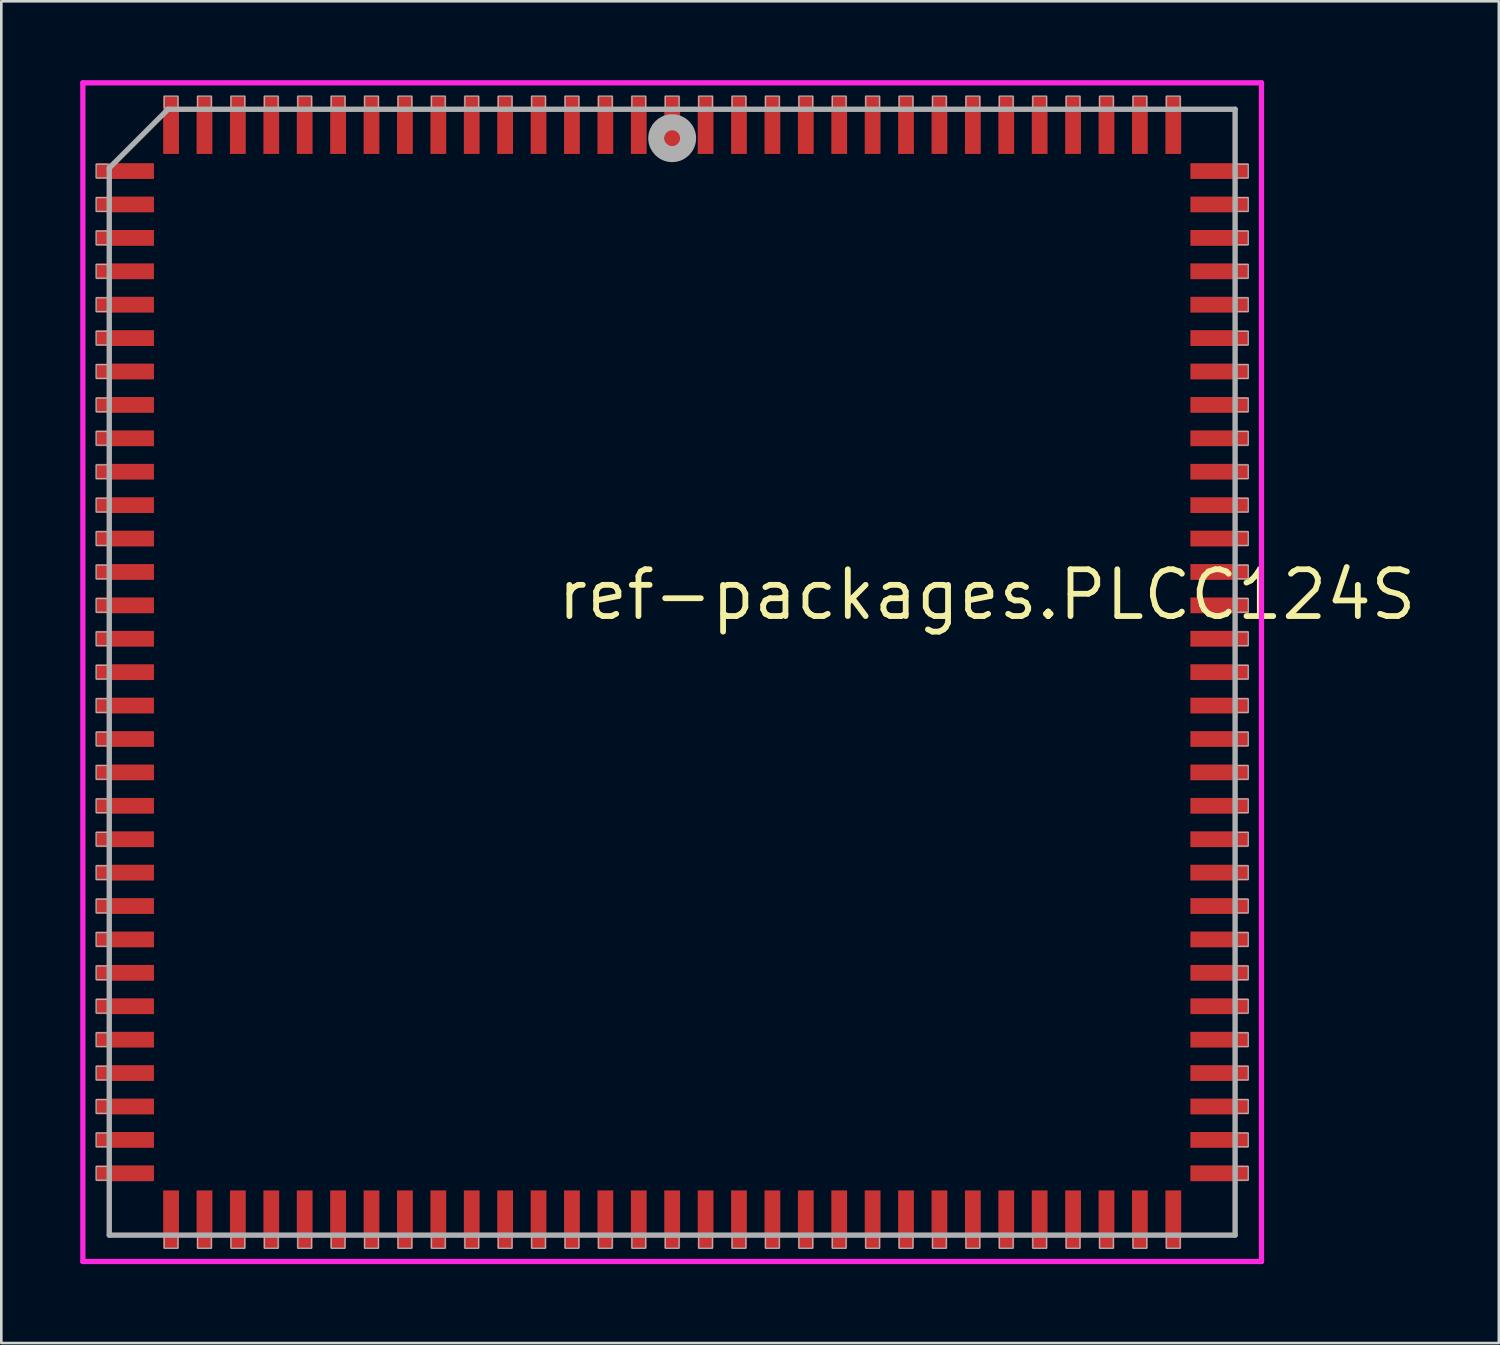
<source format=kicad_pcb>
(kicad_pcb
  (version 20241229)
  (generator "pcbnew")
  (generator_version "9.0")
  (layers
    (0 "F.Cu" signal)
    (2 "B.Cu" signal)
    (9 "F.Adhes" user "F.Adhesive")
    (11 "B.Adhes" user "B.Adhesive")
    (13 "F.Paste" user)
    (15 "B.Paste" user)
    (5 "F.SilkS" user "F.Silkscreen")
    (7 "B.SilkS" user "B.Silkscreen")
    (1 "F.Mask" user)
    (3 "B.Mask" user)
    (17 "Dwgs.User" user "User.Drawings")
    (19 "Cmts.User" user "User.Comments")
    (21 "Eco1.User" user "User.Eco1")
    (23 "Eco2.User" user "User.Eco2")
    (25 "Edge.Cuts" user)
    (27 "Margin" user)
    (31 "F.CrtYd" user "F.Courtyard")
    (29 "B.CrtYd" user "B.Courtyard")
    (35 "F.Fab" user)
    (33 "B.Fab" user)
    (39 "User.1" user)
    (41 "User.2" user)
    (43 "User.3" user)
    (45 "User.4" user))
  (footprint "ref-packages.PLCC124S"
    (layer "F.Cu")
    (at 22.503 22.503)
    (property "Reference" "ref-packages.PLCC124S" (at -4.475 -1.905 0) (layer "F.SilkS") (effects (font (size 1.778 1.778) (thickness 0.22)) (justify left bottom)))
    (attr smd)
    (fp_line (start -22.403 -22.403) (end 22.403 -22.403) (stroke (width 0.2) (type default)) (layer "F.CrtYd"))
    (fp_line (start -22.403 22.403) (end -22.403 -22.403) (stroke (width 0.2) (type default)) (layer "F.CrtYd"))
    (fp_line (start 22.403 -22.403) (end 22.403 22.403) (stroke (width 0.2) (type default)) (layer "F.CrtYd"))
    (fp_line (start 22.403 22.403) (end -22.403 22.403) (stroke (width 0.2) (type default)) (layer "F.CrtYd"))
    (fp_line (start -21.4 -19.165) (end -21.4 21.4) (stroke (width 0.203) (type default)) (layer "F.Fab"))
    (fp_line (start -21.4 21.4) (end 21.4 21.4) (stroke (width 0.203) (type default)) (layer "F.Fab"))
    (fp_line (start -19.165 -21.4) (end -21.4 -19.165) (stroke (width 0.203) (type default)) (layer "F.Fab"))
    (fp_line (start 21.4 -21.4) (end -19.165 -21.4) (stroke (width 0.203) (type default)) (layer "F.Fab"))
    (fp_line (start 21.4 21.4) (end 21.4 -21.4) (stroke (width 0.203) (type default)) (layer "F.Fab"))
    (fp_rect (start -21.9 -18.79) (end -21.45 -19.31) (stroke (width 0.05) (type default)) (fill no) (layer "F.Fab"))
    (fp_rect (start -21.9 -17.52) (end -21.45 -18.04) (stroke (width 0.05) (type default)) (fill no) (layer "F.Fab"))
    (fp_rect (start -21.9 -16.25) (end -21.45 -16.77) (stroke (width 0.05) (type default)) (fill no) (layer "F.Fab"))
    (fp_rect (start -21.9 -14.98) (end -21.45 -15.5) (stroke (width 0.05) (type default)) (fill no) (layer "F.Fab"))
    (fp_rect (start -21.9 -13.71) (end -21.45 -14.23) (stroke (width 0.05) (type default)) (fill no) (layer "F.Fab"))
    (fp_rect (start -21.9 -12.44) (end -21.45 -12.96) (stroke (width 0.05) (type default)) (fill no) (layer "F.Fab"))
    (fp_rect (start -21.9 -11.17) (end -21.45 -11.69) (stroke (width 0.05) (type default)) (fill no) (layer "F.Fab"))
    (fp_rect (start -21.9 -9.9) (end -21.45 -10.42) (stroke (width 0.05) (type default)) (fill no) (layer "F.Fab"))
    (fp_rect (start -21.9 -8.63) (end -21.45 -9.15) (stroke (width 0.05) (type default)) (fill no) (layer "F.Fab"))
    (fp_rect (start -21.9 -7.36) (end -21.45 -7.88) (stroke (width 0.05) (type default)) (fill no) (layer "F.Fab"))
    (fp_rect (start -21.9 -6.09) (end -21.45 -6.61) (stroke (width 0.05) (type default)) (fill no) (layer "F.Fab"))
    (fp_rect (start -21.9 -4.82) (end -21.45 -5.34) (stroke (width 0.05) (type default)) (fill no) (layer "F.Fab"))
    (fp_rect (start -21.9 -3.55) (end -21.45 -4.07) (stroke (width 0.05) (type default)) (fill no) (layer "F.Fab"))
    (fp_rect (start -21.9 -2.28) (end -21.45 -2.8) (stroke (width 0.05) (type default)) (fill no) (layer "F.Fab"))
    (fp_rect (start -21.9 -1.01) (end -21.45 -1.53) (stroke (width 0.05) (type default)) (fill no) (layer "F.Fab"))
    (fp_rect (start -21.9 0.26) (end -21.45 -0.26) (stroke (width 0.05) (type default)) (fill no) (layer "F.Fab"))
    (fp_rect (start -21.9 1.53) (end -21.45 1.01) (stroke (width 0.05) (type default)) (fill no) (layer "F.Fab"))
    (fp_rect (start -21.9 2.8) (end -21.45 2.28) (stroke (width 0.05) (type default)) (fill no) (layer "F.Fab"))
    (fp_rect (start -21.9 4.07) (end -21.45 3.55) (stroke (width 0.05) (type default)) (fill no) (layer "F.Fab"))
    (fp_rect (start -21.9 5.34) (end -21.45 4.82) (stroke (width 0.05) (type default)) (fill no) (layer "F.Fab"))
    (fp_rect (start -21.9 6.61) (end -21.45 6.09) (stroke (width 0.05) (type default)) (fill no) (layer "F.Fab"))
    (fp_rect (start -21.9 7.88) (end -21.45 7.36) (stroke (width 0.05) (type default)) (fill no) (layer "F.Fab"))
    (fp_rect (start -21.9 9.15) (end -21.45 8.63) (stroke (width 0.05) (type default)) (fill no) (layer "F.Fab"))
    (fp_rect (start -21.9 10.42) (end -21.45 9.9) (stroke (width 0.05) (type default)) (fill no) (layer "F.Fab"))
    (fp_rect (start -21.9 11.69) (end -21.45 11.17) (stroke (width 0.05) (type default)) (fill no) (layer "F.Fab"))
    (fp_rect (start -21.9 12.96) (end -21.45 12.44) (stroke (width 0.05) (type default)) (fill no) (layer "F.Fab"))
    (fp_rect (start -21.9 14.23) (end -21.45 13.71) (stroke (width 0.05) (type default)) (fill no) (layer "F.Fab"))
    (fp_rect (start -21.9 15.5) (end -21.45 14.98) (stroke (width 0.05) (type default)) (fill no) (layer "F.Fab"))
    (fp_rect (start -21.9 16.77) (end -21.45 16.25) (stroke (width 0.05) (type default)) (fill no) (layer "F.Fab"))
    (fp_rect (start -21.9 18.04) (end -21.45 17.52) (stroke (width 0.05) (type default)) (fill no) (layer "F.Fab"))
    (fp_rect (start -21.9 19.31) (end -21.45 18.79) (stroke (width 0.05) (type default)) (fill no) (layer "F.Fab"))
    (fp_rect (start -19.31 -21.45) (end -18.79 -21.9) (stroke (width 0.05) (type default)) (fill no) (layer "F.Fab"))
    (fp_rect (start -19.31 21.9) (end -18.79 21.45) (stroke (width 0.05) (type default)) (fill no) (layer "F.Fab"))
    (fp_rect (start -18.04 -21.45) (end -17.52 -21.9) (stroke (width 0.05) (type default)) (fill no) (layer "F.Fab"))
    (fp_rect (start -18.04 21.9) (end -17.52 21.45) (stroke (width 0.05) (type default)) (fill no) (layer "F.Fab"))
    (fp_rect (start -16.77 -21.45) (end -16.25 -21.9) (stroke (width 0.05) (type default)) (fill no) (layer "F.Fab"))
    (fp_rect (start -16.77 21.9) (end -16.25 21.45) (stroke (width 0.05) (type default)) (fill no) (layer "F.Fab"))
    (fp_rect (start -15.5 -21.45) (end -14.98 -21.9) (stroke (width 0.05) (type default)) (fill no) (layer "F.Fab"))
    (fp_rect (start -15.5 21.9) (end -14.98 21.45) (stroke (width 0.05) (type default)) (fill no) (layer "F.Fab"))
    (fp_rect (start -14.23 -21.45) (end -13.71 -21.9) (stroke (width 0.05) (type default)) (fill no) (layer "F.Fab"))
    (fp_rect (start -14.23 21.9) (end -13.71 21.45) (stroke (width 0.05) (type default)) (fill no) (layer "F.Fab"))
    (fp_rect (start -12.96 -21.45) (end -12.44 -21.9) (stroke (width 0.05) (type default)) (fill no) (layer "F.Fab"))
    (fp_rect (start -12.96 21.9) (end -12.44 21.45) (stroke (width 0.05) (type default)) (fill no) (layer "F.Fab"))
    (fp_rect (start -11.69 -21.45) (end -11.17 -21.9) (stroke (width 0.05) (type default)) (fill no) (layer "F.Fab"))
    (fp_rect (start -11.69 21.9) (end -11.17 21.45) (stroke (width 0.05) (type default)) (fill no) (layer "F.Fab"))
    (fp_rect (start -10.42 -21.45) (end -9.9 -21.9) (stroke (width 0.05) (type default)) (fill no) (layer "F.Fab"))
    (fp_rect (start -10.42 21.9) (end -9.9 21.45) (stroke (width 0.05) (type default)) (fill no) (layer "F.Fab"))
    (fp_rect (start -9.15 -21.45) (end -8.63 -21.9) (stroke (width 0.05) (type default)) (fill no) (layer "F.Fab"))
    (fp_rect (start -9.15 21.9) (end -8.63 21.45) (stroke (width 0.05) (type default)) (fill no) (layer "F.Fab"))
    (fp_rect (start -7.88 -21.45) (end -7.36 -21.9) (stroke (width 0.05) (type default)) (fill no) (layer "F.Fab"))
    (fp_rect (start -7.88 21.9) (end -7.36 21.45) (stroke (width 0.05) (type default)) (fill no) (layer "F.Fab"))
    (fp_rect (start -6.61 -21.45) (end -6.09 -21.9) (stroke (width 0.05) (type default)) (fill no) (layer "F.Fab"))
    (fp_rect (start -6.61 21.9) (end -6.09 21.45) (stroke (width 0.05) (type default)) (fill no) (layer "F.Fab"))
    (fp_rect (start -5.34 -21.45) (end -4.82 -21.9) (stroke (width 0.05) (type default)) (fill no) (layer "F.Fab"))
    (fp_rect (start -5.34 21.9) (end -4.82 21.45) (stroke (width 0.05) (type default)) (fill no) (layer "F.Fab"))
    (fp_rect (start -4.07 -21.45) (end -3.55 -21.9) (stroke (width 0.05) (type default)) (fill no) (layer "F.Fab"))
    (fp_rect (start -4.07 21.9) (end -3.55 21.45) (stroke (width 0.05) (type default)) (fill no) (layer "F.Fab"))
    (fp_rect (start -2.8 -21.45) (end -2.28 -21.9) (stroke (width 0.05) (type default)) (fill no) (layer "F.Fab"))
    (fp_rect (start -2.8 21.9) (end -2.28 21.45) (stroke (width 0.05) (type default)) (fill no) (layer "F.Fab"))
    (fp_rect (start -1.53 -21.45) (end -1.01 -21.9) (stroke (width 0.05) (type default)) (fill no) (layer "F.Fab"))
    (fp_rect (start -1.53 21.9) (end -1.01 21.45) (stroke (width 0.05) (type default)) (fill no) (layer "F.Fab"))
    (fp_rect (start -0.26 -21.45) (end 0.26 -21.9) (stroke (width 0.05) (type default)) (fill no) (layer "F.Fab"))
    (fp_rect (start -0.26 21.9) (end 0.26 21.45) (stroke (width 0.05) (type default)) (fill no) (layer "F.Fab"))
    (fp_rect (start 1.01 -21.45) (end 1.53 -21.9) (stroke (width 0.05) (type default)) (fill no) (layer "F.Fab"))
    (fp_rect (start 1.01 21.9) (end 1.53 21.45) (stroke (width 0.05) (type default)) (fill no) (layer "F.Fab"))
    (fp_rect (start 2.28 -21.45) (end 2.8 -21.9) (stroke (width 0.05) (type default)) (fill no) (layer "F.Fab"))
    (fp_rect (start 2.28 21.9) (end 2.8 21.45) (stroke (width 0.05) (type default)) (fill no) (layer "F.Fab"))
    (fp_rect (start 3.55 -21.45) (end 4.07 -21.9) (stroke (width 0.05) (type default)) (fill no) (layer "F.Fab"))
    (fp_rect (start 3.55 21.9) (end 4.07 21.45) (stroke (width 0.05) (type default)) (fill no) (layer "F.Fab"))
    (fp_rect (start 4.82 -21.45) (end 5.34 -21.9) (stroke (width 0.05) (type default)) (fill no) (layer "F.Fab"))
    (fp_rect (start 4.82 21.9) (end 5.34 21.45) (stroke (width 0.05) (type default)) (fill no) (layer "F.Fab"))
    (fp_rect (start 6.09 -21.45) (end 6.61 -21.9) (stroke (width 0.05) (type default)) (fill no) (layer "F.Fab"))
    (fp_rect (start 6.09 21.9) (end 6.61 21.45) (stroke (width 0.05) (type default)) (fill no) (layer "F.Fab"))
    (fp_rect (start 7.36 -21.45) (end 7.88 -21.9) (stroke (width 0.05) (type default)) (fill no) (layer "F.Fab"))
    (fp_rect (start 7.36 21.9) (end 7.88 21.45) (stroke (width 0.05) (type default)) (fill no) (layer "F.Fab"))
    (fp_rect (start 8.63 -21.45) (end 9.15 -21.9) (stroke (width 0.05) (type default)) (fill no) (layer "F.Fab"))
    (fp_rect (start 8.63 21.9) (end 9.15 21.45) (stroke (width 0.05) (type default)) (fill no) (layer "F.Fab"))
    (fp_rect (start 9.9 -21.45) (end 10.42 -21.9) (stroke (width 0.05) (type default)) (fill no) (layer "F.Fab"))
    (fp_rect (start 9.9 21.9) (end 10.42 21.45) (stroke (width 0.05) (type default)) (fill no) (layer "F.Fab"))
    (fp_rect (start 11.17 -21.45) (end 11.69 -21.9) (stroke (width 0.05) (type default)) (fill no) (layer "F.Fab"))
    (fp_rect (start 11.17 21.9) (end 11.69 21.45) (stroke (width 0.05) (type default)) (fill no) (layer "F.Fab"))
    (fp_rect (start 12.44 -21.45) (end 12.96 -21.9) (stroke (width 0.05) (type default)) (fill no) (layer "F.Fab"))
    (fp_rect (start 12.44 21.9) (end 12.96 21.45) (stroke (width 0.05) (type default)) (fill no) (layer "F.Fab"))
    (fp_rect (start 13.71 -21.45) (end 14.23 -21.9) (stroke (width 0.05) (type default)) (fill no) (layer "F.Fab"))
    (fp_rect (start 13.71 21.9) (end 14.23 21.45) (stroke (width 0.05) (type default)) (fill no) (layer "F.Fab"))
    (fp_rect (start 14.98 -21.45) (end 15.5 -21.9) (stroke (width 0.05) (type default)) (fill no) (layer "F.Fab"))
    (fp_rect (start 14.98 21.9) (end 15.5 21.45) (stroke (width 0.05) (type default)) (fill no) (layer "F.Fab"))
    (fp_rect (start 16.25 -21.45) (end 16.77 -21.9) (stroke (width 0.05) (type default)) (fill no) (layer "F.Fab"))
    (fp_rect (start 16.25 21.9) (end 16.77 21.45) (stroke (width 0.05) (type default)) (fill no) (layer "F.Fab"))
    (fp_rect (start 17.52 -21.45) (end 18.04 -21.9) (stroke (width 0.05) (type default)) (fill no) (layer "F.Fab"))
    (fp_rect (start 17.52 21.9) (end 18.04 21.45) (stroke (width 0.05) (type default)) (fill no) (layer "F.Fab"))
    (fp_rect (start 18.79 -21.45) (end 19.31 -21.9) (stroke (width 0.05) (type default)) (fill no) (layer "F.Fab"))
    (fp_rect (start 18.79 21.9) (end 19.31 21.45) (stroke (width 0.05) (type default)) (fill no) (layer "F.Fab"))
    (fp_rect (start 21.45 -18.79) (end 21.9 -19.31) (stroke (width 0.05) (type default)) (fill no) (layer "F.Fab"))
    (fp_rect (start 21.45 -17.52) (end 21.9 -18.04) (stroke (width 0.05) (type default)) (fill no) (layer "F.Fab"))
    (fp_rect (start 21.45 -16.25) (end 21.9 -16.77) (stroke (width 0.05) (type default)) (fill no) (layer "F.Fab"))
    (fp_rect (start 21.45 -14.98) (end 21.9 -15.5) (stroke (width 0.05) (type default)) (fill no) (layer "F.Fab"))
    (fp_rect (start 21.45 -13.71) (end 21.9 -14.23) (stroke (width 0.05) (type default)) (fill no) (layer "F.Fab"))
    (fp_rect (start 21.45 -12.44) (end 21.9 -12.96) (stroke (width 0.05) (type default)) (fill no) (layer "F.Fab"))
    (fp_rect (start 21.45 -11.17) (end 21.9 -11.69) (stroke (width 0.05) (type default)) (fill no) (layer "F.Fab"))
    (fp_rect (start 21.45 -9.9) (end 21.9 -10.42) (stroke (width 0.05) (type default)) (fill no) (layer "F.Fab"))
    (fp_rect (start 21.45 -8.63) (end 21.9 -9.15) (stroke (width 0.05) (type default)) (fill no) (layer "F.Fab"))
    (fp_rect (start 21.45 -7.36) (end 21.9 -7.88) (stroke (width 0.05) (type default)) (fill no) (layer "F.Fab"))
    (fp_rect (start 21.45 -6.09) (end 21.9 -6.61) (stroke (width 0.05) (type default)) (fill no) (layer "F.Fab"))
    (fp_rect (start 21.45 -4.82) (end 21.9 -5.34) (stroke (width 0.05) (type default)) (fill no) (layer "F.Fab"))
    (fp_rect (start 21.45 -3.55) (end 21.9 -4.07) (stroke (width 0.05) (type default)) (fill no) (layer "F.Fab"))
    (fp_rect (start 21.45 -2.28) (end 21.9 -2.8) (stroke (width 0.05) (type default)) (fill no) (layer "F.Fab"))
    (fp_rect (start 21.45 -1.01) (end 21.9 -1.53) (stroke (width 0.05) (type default)) (fill no) (layer "F.Fab"))
    (fp_rect (start 21.45 0.26) (end 21.9 -0.26) (stroke (width 0.05) (type default)) (fill no) (layer "F.Fab"))
    (fp_rect (start 21.45 1.53) (end 21.9 1.01) (stroke (width 0.05) (type default)) (fill no) (layer "F.Fab"))
    (fp_rect (start 21.45 2.8) (end 21.9 2.28) (stroke (width 0.05) (type default)) (fill no) (layer "F.Fab"))
    (fp_rect (start 21.45 4.07) (end 21.9 3.55) (stroke (width 0.05) (type default)) (fill no) (layer "F.Fab"))
    (fp_rect (start 21.45 5.34) (end 21.9 4.82) (stroke (width 0.05) (type default)) (fill no) (layer "F.Fab"))
    (fp_rect (start 21.45 6.61) (end 21.9 6.09) (stroke (width 0.05) (type default)) (fill no) (layer "F.Fab"))
    (fp_rect (start 21.45 7.88) (end 21.9 7.36) (stroke (width 0.05) (type default)) (fill no) (layer "F.Fab"))
    (fp_rect (start 21.45 9.15) (end 21.9 8.63) (stroke (width 0.05) (type default)) (fill no) (layer "F.Fab"))
    (fp_rect (start 21.45 10.42) (end 21.9 9.9) (stroke (width 0.05) (type default)) (fill no) (layer "F.Fab"))
    (fp_rect (start 21.45 11.69) (end 21.9 11.17) (stroke (width 0.05) (type default)) (fill no) (layer "F.Fab"))
    (fp_rect (start 21.45 12.96) (end 21.9 12.44) (stroke (width 0.05) (type default)) (fill no) (layer "F.Fab"))
    (fp_rect (start 21.45 14.23) (end 21.9 13.71) (stroke (width 0.05) (type default)) (fill no) (layer "F.Fab"))
    (fp_rect (start 21.45 15.5) (end 21.9 14.98) (stroke (width 0.05) (type default)) (fill no) (layer "F.Fab"))
    (fp_rect (start 21.45 16.77) (end 21.9 16.25) (stroke (width 0.05) (type default)) (fill no) (layer "F.Fab"))
    (fp_rect (start 21.45 18.04) (end 21.9 17.52) (stroke (width 0.05) (type default)) (fill no) (layer "F.Fab"))
    (fp_rect (start 21.45 19.31) (end 21.9 18.79) (stroke (width 0.05) (type default)) (fill no) (layer "F.Fab"))
    (fp_circle (center 0 -20.3) (end 0.3 -20.3) (stroke (width 0.61) (type default)) (fill no) (layer "F.Fab"))
    (pad "1" smd roundrect (at 0 -20.8) (size 0.6 2.2) (layers "F.Cu" "F.Mask" "F.Paste") (roundrect_rratio 0.01))
    (pad "2" smd roundrect (at -1.27 -20.8) (size 0.6 2.2) (layers "F.Cu" "F.Mask" "F.Paste") (roundrect_rratio 0.01))
    (pad "3" smd roundrect (at -2.54 -20.8) (size 0.6 2.2) (layers "F.Cu" "F.Mask" "F.Paste") (roundrect_rratio 0.01))
    (pad "4" smd roundrect (at -3.81 -20.8) (size 0.6 2.2) (layers "F.Cu" "F.Mask" "F.Paste") (roundrect_rratio 0.01))
    (pad "5" smd roundrect (at -5.08 -20.8) (size 0.6 2.2) (layers "F.Cu" "F.Mask" "F.Paste") (roundrect_rratio 0.01))
    (pad "6" smd roundrect (at -6.35 -20.8) (size 0.6 2.2) (layers "F.Cu" "F.Mask" "F.Paste") (roundrect_rratio 0.01))
    (pad "7" smd roundrect (at -7.62 -20.8) (size 0.6 2.2) (layers "F.Cu" "F.Mask" "F.Paste") (roundrect_rratio 0.01))
    (pad "8" smd roundrect (at -8.89 -20.8) (size 0.6 2.2) (layers "F.Cu" "F.Mask" "F.Paste") (roundrect_rratio 0.01))
    (pad "9" smd roundrect (at -10.16 -20.8) (size 0.6 2.2) (layers "F.Cu" "F.Mask" "F.Paste") (roundrect_rratio 0.01))
    (pad "10" smd roundrect (at -11.43 -20.8) (size 0.6 2.2) (layers "F.Cu" "F.Mask" "F.Paste") (roundrect_rratio 0.01))
    (pad "11" smd roundrect (at -12.7 -20.8) (size 0.6 2.2) (layers "F.Cu" "F.Mask" "F.Paste") (roundrect_rratio 0.01))
    (pad "12" smd roundrect (at -13.97 -20.8) (size 0.6 2.2) (layers "F.Cu" "F.Mask" "F.Paste") (roundrect_rratio 0.01))
    (pad "13" smd roundrect (at -15.24 -20.8) (size 0.6 2.2) (layers "F.Cu" "F.Mask" "F.Paste") (roundrect_rratio 0.01))
    (pad "14" smd roundrect (at -16.51 -20.8) (size 0.6 2.2) (layers "F.Cu" "F.Mask" "F.Paste") (roundrect_rratio 0.01))
    (pad "15" smd roundrect (at -17.78 -20.8) (size 0.6 2.2) (layers "F.Cu" "F.Mask" "F.Paste") (roundrect_rratio 0.01))
    (pad "16" smd roundrect (at -19.05 -20.8) (size 0.6 2.2) (layers "F.Cu" "F.Mask" "F.Paste") (roundrect_rratio 0.01))
    (pad "17" smd roundrect (at -20.8 -19.05) (size 2.2 0.6) (layers "F.Cu" "F.Mask" "F.Paste") (roundrect_rratio 0.01))
    (pad "18" smd roundrect (at -20.8 -17.78) (size 2.2 0.6) (layers "F.Cu" "F.Mask" "F.Paste") (roundrect_rratio 0.01))
    (pad "19" smd roundrect (at -20.8 -16.51) (size 2.2 0.6) (layers "F.Cu" "F.Mask" "F.Paste") (roundrect_rratio 0.01))
    (pad "20" smd roundrect (at -20.8 -15.24) (size 2.2 0.6) (layers "F.Cu" "F.Mask" "F.Paste") (roundrect_rratio 0.01))
    (pad "21" smd roundrect (at -20.8 -13.97) (size 2.2 0.6) (layers "F.Cu" "F.Mask" "F.Paste") (roundrect_rratio 0.01))
    (pad "22" smd roundrect (at -20.8 -12.7) (size 2.2 0.6) (layers "F.Cu" "F.Mask" "F.Paste") (roundrect_rratio 0.01))
    (pad "23" smd roundrect (at -20.8 -11.43) (size 2.2 0.6) (layers "F.Cu" "F.Mask" "F.Paste") (roundrect_rratio 0.01))
    (pad "24" smd roundrect (at -20.8 -10.16) (size 2.2 0.6) (layers "F.Cu" "F.Mask" "F.Paste") (roundrect_rratio 0.01))
    (pad "25" smd roundrect (at -20.8 -8.89) (size 2.2 0.6) (layers "F.Cu" "F.Mask" "F.Paste") (roundrect_rratio 0.01))
    (pad "26" smd roundrect (at -20.8 -7.62) (size 2.2 0.6) (layers "F.Cu" "F.Mask" "F.Paste") (roundrect_rratio 0.01))
    (pad "27" smd roundrect (at -20.8 -6.35) (size 2.2 0.6) (layers "F.Cu" "F.Mask" "F.Paste") (roundrect_rratio 0.01))
    (pad "28" smd roundrect (at -20.8 -5.08) (size 2.2 0.6) (layers "F.Cu" "F.Mask" "F.Paste") (roundrect_rratio 0.01))
    (pad "29" smd roundrect (at -20.8 -3.81) (size 2.2 0.6) (layers "F.Cu" "F.Mask" "F.Paste") (roundrect_rratio 0.01))
    (pad "30" smd roundrect (at -20.8 -2.54) (size 2.2 0.6) (layers "F.Cu" "F.Mask" "F.Paste") (roundrect_rratio 0.01))
    (pad "31" smd roundrect (at -20.8 -1.27) (size 2.2 0.6) (layers "F.Cu" "F.Mask" "F.Paste") (roundrect_rratio 0.01))
    (pad "32" smd roundrect (at -20.8 0) (size 2.2 0.6) (layers "F.Cu" "F.Mask" "F.Paste") (roundrect_rratio 0.01))
    (pad "33" smd roundrect (at -20.8 1.27) (size 2.2 0.6) (layers "F.Cu" "F.Mask" "F.Paste") (roundrect_rratio 0.01))
    (pad "34" smd roundrect (at -20.8 2.54) (size 2.2 0.6) (layers "F.Cu" "F.Mask" "F.Paste") (roundrect_rratio 0.01))
    (pad "35" smd roundrect (at -20.8 3.81) (size 2.2 0.6) (layers "F.Cu" "F.Mask" "F.Paste") (roundrect_rratio 0.01))
    (pad "36" smd roundrect (at -20.8 5.08) (size 2.2 0.6) (layers "F.Cu" "F.Mask" "F.Paste") (roundrect_rratio 0.01))
    (pad "37" smd roundrect (at -20.8 6.35) (size 2.2 0.6) (layers "F.Cu" "F.Mask" "F.Paste") (roundrect_rratio 0.01))
    (pad "38" smd roundrect (at -20.8 7.62) (size 2.2 0.6) (layers "F.Cu" "F.Mask" "F.Paste") (roundrect_rratio 0.01))
    (pad "39" smd roundrect (at -20.8 8.89) (size 2.2 0.6) (layers "F.Cu" "F.Mask" "F.Paste") (roundrect_rratio 0.01))
    (pad "40" smd roundrect (at -20.8 10.16) (size 2.2 0.6) (layers "F.Cu" "F.Mask" "F.Paste") (roundrect_rratio 0.01))
    (pad "41" smd roundrect (at -20.8 11.43) (size 2.2 0.6) (layers "F.Cu" "F.Mask" "F.Paste") (roundrect_rratio 0.01))
    (pad "42" smd roundrect (at -20.8 12.7) (size 2.2 0.6) (layers "F.Cu" "F.Mask" "F.Paste") (roundrect_rratio 0.01))
    (pad "43" smd roundrect (at -20.8 13.97) (size 2.2 0.6) (layers "F.Cu" "F.Mask" "F.Paste") (roundrect_rratio 0.01))
    (pad "44" smd roundrect (at -20.8 15.24) (size 2.2 0.6) (layers "F.Cu" "F.Mask" "F.Paste") (roundrect_rratio 0.01))
    (pad "45" smd roundrect (at -20.8 16.51) (size 2.2 0.6) (layers "F.Cu" "F.Mask" "F.Paste") (roundrect_rratio 0.01))
    (pad "46" smd roundrect (at -20.8 17.78) (size 2.2 0.6) (layers "F.Cu" "F.Mask" "F.Paste") (roundrect_rratio 0.01))
    (pad "47" smd roundrect (at -20.8 19.05) (size 2.2 0.6) (layers "F.Cu" "F.Mask" "F.Paste") (roundrect_rratio 0.01))
    (pad "48" smd roundrect (at -19.05 20.8) (size 0.6 2.2) (layers "F.Cu" "F.Mask" "F.Paste") (roundrect_rratio 0.01))
    (pad "49" smd roundrect (at -17.78 20.8) (size 0.6 2.2) (layers "F.Cu" "F.Mask" "F.Paste") (roundrect_rratio 0.01))
    (pad "50" smd roundrect (at -16.51 20.8) (size 0.6 2.2) (layers "F.Cu" "F.Mask" "F.Paste") (roundrect_rratio 0.01))
    (pad "51" smd roundrect (at -15.24 20.8) (size 0.6 2.2) (layers "F.Cu" "F.Mask" "F.Paste") (roundrect_rratio 0.01))
    (pad "52" smd roundrect (at -13.97 20.8) (size 0.6 2.2) (layers "F.Cu" "F.Mask" "F.Paste") (roundrect_rratio 0.01))
    (pad "53" smd roundrect (at -12.7 20.8) (size 0.6 2.2) (layers "F.Cu" "F.Mask" "F.Paste") (roundrect_rratio 0.01))
    (pad "54" smd roundrect (at -11.43 20.8) (size 0.6 2.2) (layers "F.Cu" "F.Mask" "F.Paste") (roundrect_rratio 0.01))
    (pad "55" smd roundrect (at -10.16 20.8) (size 0.6 2.2) (layers "F.Cu" "F.Mask" "F.Paste") (roundrect_rratio 0.01))
    (pad "56" smd roundrect (at -8.89 20.8) (size 0.6 2.2) (layers "F.Cu" "F.Mask" "F.Paste") (roundrect_rratio 0.01))
    (pad "57" smd roundrect (at -7.62 20.8) (size 0.6 2.2) (layers "F.Cu" "F.Mask" "F.Paste") (roundrect_rratio 0.01))
    (pad "58" smd roundrect (at -6.35 20.8) (size 0.6 2.2) (layers "F.Cu" "F.Mask" "F.Paste") (roundrect_rratio 0.01))
    (pad "59" smd roundrect (at -5.08 20.8) (size 0.6 2.2) (layers "F.Cu" "F.Mask" "F.Paste") (roundrect_rratio 0.01))
    (pad "60" smd roundrect (at -3.81 20.8) (size 0.6 2.2) (layers "F.Cu" "F.Mask" "F.Paste") (roundrect_rratio 0.01))
    (pad "61" smd roundrect (at -2.54 20.8) (size 0.6 2.2) (layers "F.Cu" "F.Mask" "F.Paste") (roundrect_rratio 0.01))
    (pad "62" smd roundrect (at -1.27 20.8) (size 0.6 2.2) (layers "F.Cu" "F.Mask" "F.Paste") (roundrect_rratio 0.01))
    (pad "63" smd roundrect (at 0 20.8) (size 0.6 2.2) (layers "F.Cu" "F.Mask" "F.Paste") (roundrect_rratio 0.01))
    (pad "64" smd roundrect (at 1.27 20.8) (size 0.6 2.2) (layers "F.Cu" "F.Mask" "F.Paste") (roundrect_rratio 0.01))
    (pad "65" smd roundrect (at 2.54 20.8) (size 0.6 2.2) (layers "F.Cu" "F.Mask" "F.Paste") (roundrect_rratio 0.01))
    (pad "66" smd roundrect (at 3.81 20.8) (size 0.6 2.2) (layers "F.Cu" "F.Mask" "F.Paste") (roundrect_rratio 0.01))
    (pad "67" smd roundrect (at 5.08 20.8) (size 0.6 2.2) (layers "F.Cu" "F.Mask" "F.Paste") (roundrect_rratio 0.01))
    (pad "68" smd roundrect (at 6.35 20.8) (size 0.6 2.2) (layers "F.Cu" "F.Mask" "F.Paste") (roundrect_rratio 0.01))
    (pad "69" smd roundrect (at 7.62 20.8) (size 0.6 2.2) (layers "F.Cu" "F.Mask" "F.Paste") (roundrect_rratio 0.01))
    (pad "70" smd roundrect (at 8.89 20.8) (size 0.6 2.2) (layers "F.Cu" "F.Mask" "F.Paste") (roundrect_rratio 0.01))
    (pad "71" smd roundrect (at 10.16 20.8) (size 0.6 2.2) (layers "F.Cu" "F.Mask" "F.Paste") (roundrect_rratio 0.01))
    (pad "72" smd roundrect (at 11.43 20.8) (size 0.6 2.2) (layers "F.Cu" "F.Mask" "F.Paste") (roundrect_rratio 0.01))
    (pad "73" smd roundrect (at 12.7 20.8) (size 0.6 2.2) (layers "F.Cu" "F.Mask" "F.Paste") (roundrect_rratio 0.01))
    (pad "74" smd roundrect (at 13.97 20.8) (size 0.6 2.2) (layers "F.Cu" "F.Mask" "F.Paste") (roundrect_rratio 0.01))
    (pad "75" smd roundrect (at 15.24 20.8) (size 0.6 2.2) (layers "F.Cu" "F.Mask" "F.Paste") (roundrect_rratio 0.01))
    (pad "76" smd roundrect (at 16.51 20.8) (size 0.6 2.2) (layers "F.Cu" "F.Mask" "F.Paste") (roundrect_rratio 0.01))
    (pad "77" smd roundrect (at 17.78 20.8) (size 0.6 2.2) (layers "F.Cu" "F.Mask" "F.Paste") (roundrect_rratio 0.01))
    (pad "78" smd roundrect (at 19.05 20.8) (size 0.6 2.2) (layers "F.Cu" "F.Mask" "F.Paste") (roundrect_rratio 0.01))
    (pad "79" smd roundrect (at 20.8 19.05) (size 2.2 0.6) (layers "F.Cu" "F.Mask" "F.Paste") (roundrect_rratio 0.01))
    (pad "80" smd roundrect (at 20.8 17.78) (size 2.2 0.6) (layers "F.Cu" "F.Mask" "F.Paste") (roundrect_rratio 0.01))
    (pad "81" smd roundrect (at 20.8 16.51) (size 2.2 0.6) (layers "F.Cu" "F.Mask" "F.Paste") (roundrect_rratio 0.01))
    (pad "82" smd roundrect (at 20.8 15.24) (size 2.2 0.6) (layers "F.Cu" "F.Mask" "F.Paste") (roundrect_rratio 0.01))
    (pad "83" smd roundrect (at 20.8 13.97) (size 2.2 0.6) (layers "F.Cu" "F.Mask" "F.Paste") (roundrect_rratio 0.01))
    (pad "84" smd roundrect (at 20.8 12.7) (size 2.2 0.6) (layers "F.Cu" "F.Mask" "F.Paste") (roundrect_rratio 0.01))
    (pad "85" smd roundrect (at 20.8 11.43) (size 2.2 0.6) (layers "F.Cu" "F.Mask" "F.Paste") (roundrect_rratio 0.01))
    (pad "86" smd roundrect (at 20.8 10.16) (size 2.2 0.6) (layers "F.Cu" "F.Mask" "F.Paste") (roundrect_rratio 0.01))
    (pad "87" smd roundrect (at 20.8 8.89) (size 2.2 0.6) (layers "F.Cu" "F.Mask" "F.Paste") (roundrect_rratio 0.01))
    (pad "88" smd roundrect (at 20.8 7.62) (size 2.2 0.6) (layers "F.Cu" "F.Mask" "F.Paste") (roundrect_rratio 0.01))
    (pad "89" smd roundrect (at 20.8 6.35) (size 2.2 0.6) (layers "F.Cu" "F.Mask" "F.Paste") (roundrect_rratio 0.01))
    (pad "90" smd roundrect (at 20.8 5.08) (size 2.2 0.6) (layers "F.Cu" "F.Mask" "F.Paste") (roundrect_rratio 0.01))
    (pad "91" smd roundrect (at 20.8 3.81) (size 2.2 0.6) (layers "F.Cu" "F.Mask" "F.Paste") (roundrect_rratio 0.01))
    (pad "92" smd roundrect (at 20.8 2.54) (size 2.2 0.6) (layers "F.Cu" "F.Mask" "F.Paste") (roundrect_rratio 0.01))
    (pad "93" smd roundrect (at 20.8 1.27) (size 2.2 0.6) (layers "F.Cu" "F.Mask" "F.Paste") (roundrect_rratio 0.01))
    (pad "94" smd roundrect (at 20.8 0) (size 2.2 0.6) (layers "F.Cu" "F.Mask" "F.Paste") (roundrect_rratio 0.01))
    (pad "95" smd roundrect (at 20.8 -1.27) (size 2.2 0.6) (layers "F.Cu" "F.Mask" "F.Paste") (roundrect_rratio 0.01))
    (pad "96" smd roundrect (at 20.8 -2.54) (size 2.2 0.6) (layers "F.Cu" "F.Mask" "F.Paste") (roundrect_rratio 0.01))
    (pad "97" smd roundrect (at 20.8 -3.81) (size 2.2 0.6) (layers "F.Cu" "F.Mask" "F.Paste") (roundrect_rratio 0.01))
    (pad "98" smd roundrect (at 20.8 -5.08) (size 2.2 0.6) (layers "F.Cu" "F.Mask" "F.Paste") (roundrect_rratio 0.01))
    (pad "99" smd roundrect (at 20.8 -6.35) (size 2.2 0.6) (layers "F.Cu" "F.Mask" "F.Paste") (roundrect_rratio 0.01))
    (pad "100" smd roundrect (at 20.8 -7.62) (size 2.2 0.6) (layers "F.Cu" "F.Mask" "F.Paste") (roundrect_rratio 0.01))
    (pad "101" smd roundrect (at 20.8 -8.89) (size 2.2 0.6) (layers "F.Cu" "F.Mask" "F.Paste") (roundrect_rratio 0.01))
    (pad "102" smd roundrect (at 20.8 -10.16) (size 2.2 0.6) (layers "F.Cu" "F.Mask" "F.Paste") (roundrect_rratio 0.01))
    (pad "103" smd roundrect (at 20.8 -11.43) (size 2.2 0.6) (layers "F.Cu" "F.Mask" "F.Paste") (roundrect_rratio 0.01))
    (pad "104" smd roundrect (at 20.8 -12.7) (size 2.2 0.6) (layers "F.Cu" "F.Mask" "F.Paste") (roundrect_rratio 0.01))
    (pad "105" smd roundrect (at 20.8 -13.97) (size 2.2 0.6) (layers "F.Cu" "F.Mask" "F.Paste") (roundrect_rratio 0.01))
    (pad "106" smd roundrect (at 20.8 -15.24) (size 2.2 0.6) (layers "F.Cu" "F.Mask" "F.Paste") (roundrect_rratio 0.01))
    (pad "107" smd roundrect (at 20.8 -16.51) (size 2.2 0.6) (layers "F.Cu" "F.Mask" "F.Paste") (roundrect_rratio 0.01))
    (pad "108" smd roundrect (at 20.8 -17.78) (size 2.2 0.6) (layers "F.Cu" "F.Mask" "F.Paste") (roundrect_rratio 0.01))
    (pad "109" smd roundrect (at 20.8 -19.05) (size 2.2 0.6) (layers "F.Cu" "F.Mask" "F.Paste") (roundrect_rratio 0.01))
    (pad "110" smd roundrect (at 19.05 -20.8) (size 0.6 2.2) (layers "F.Cu" "F.Mask" "F.Paste") (roundrect_rratio 0.01))
    (pad "111" smd roundrect (at 17.78 -20.8) (size 0.6 2.2) (layers "F.Cu" "F.Mask" "F.Paste") (roundrect_rratio 0.01))
    (pad "112" smd roundrect (at 16.51 -20.8) (size 0.6 2.2) (layers "F.Cu" "F.Mask" "F.Paste") (roundrect_rratio 0.01))
    (pad "113" smd roundrect (at 15.24 -20.8) (size 0.6 2.2) (layers "F.Cu" "F.Mask" "F.Paste") (roundrect_rratio 0.01))
    (pad "114" smd roundrect (at 13.97 -20.8) (size 0.6 2.2) (layers "F.Cu" "F.Mask" "F.Paste") (roundrect_rratio 0.01))
    (pad "115" smd roundrect (at 12.7 -20.8) (size 0.6 2.2) (layers "F.Cu" "F.Mask" "F.Paste") (roundrect_rratio 0.01))
    (pad "116" smd roundrect (at 11.43 -20.8) (size 0.6 2.2) (layers "F.Cu" "F.Mask" "F.Paste") (roundrect_rratio 0.01))
    (pad "117" smd roundrect (at 10.16 -20.8) (size 0.6 2.2) (layers "F.Cu" "F.Mask" "F.Paste") (roundrect_rratio 0.01))
    (pad "118" smd roundrect (at 8.89 -20.8) (size 0.6 2.2) (layers "F.Cu" "F.Mask" "F.Paste") (roundrect_rratio 0.01))
    (pad "119" smd roundrect (at 7.62 -20.8) (size 0.6 2.2) (layers "F.Cu" "F.Mask" "F.Paste") (roundrect_rratio 0.01))
    (pad "120" smd roundrect (at 6.35 -20.8) (size 0.6 2.2) (layers "F.Cu" "F.Mask" "F.Paste") (roundrect_rratio 0.01))
    (pad "121" smd roundrect (at 5.08 -20.8) (size 0.6 2.2) (layers "F.Cu" "F.Mask" "F.Paste") (roundrect_rratio 0.01))
    (pad "122" smd roundrect (at 3.81 -20.8) (size 0.6 2.2) (layers "F.Cu" "F.Mask" "F.Paste") (roundrect_rratio 0.01))
    (pad "123" smd roundrect (at 2.54 -20.8) (size 0.6 2.2) (layers "F.Cu" "F.Mask" "F.Paste") (roundrect_rratio 0.01))
    (pad "124" smd roundrect (at 1.27 -20.8) (size 0.6 2.2) (layers "F.Cu" "F.Mask" "F.Paste") (roundrect_rratio 0.01)))
  (gr_rect
    (start -3 -3)
    (end 53.929 48.006)
    (stroke (width 0.1) (type default))
    (fill no)
    (layer "Edge.Cuts")))
</source>
